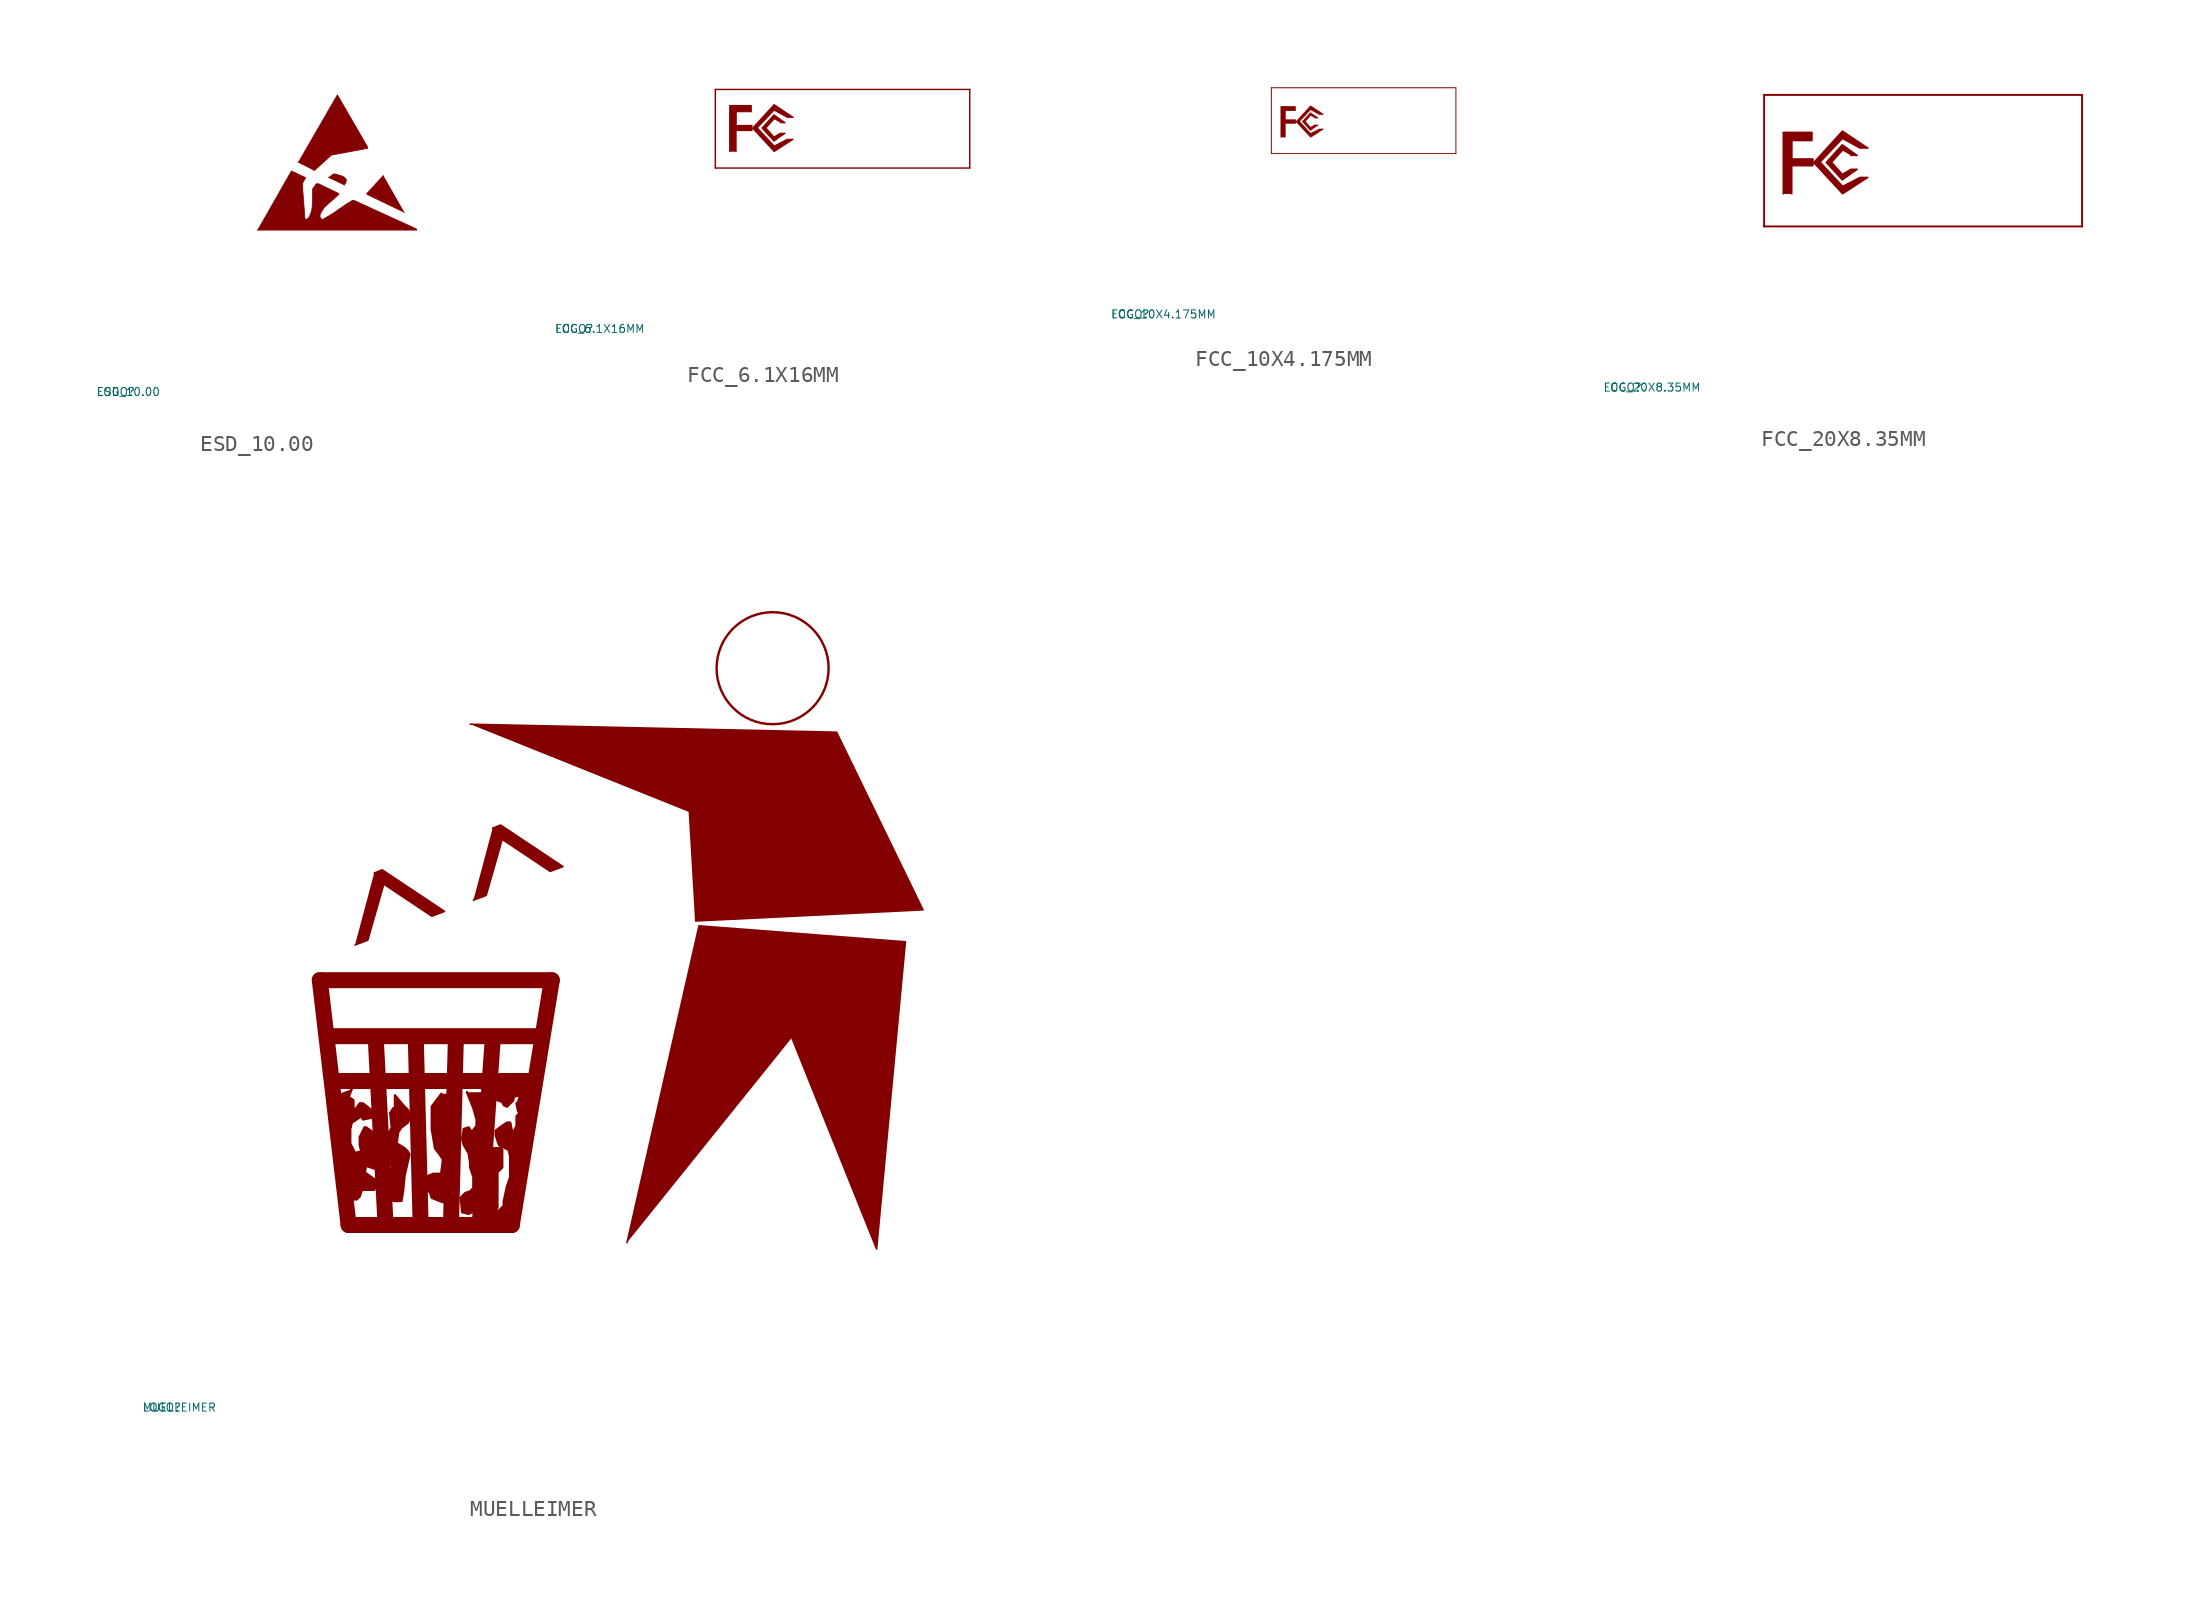
<source format=kicad_sym>
(kicad_symbol_lib
  (version 20220914)
  (generator Eagle2Kicad)
  (symbol "ESD_10.00"
    (property "Reference" "LOGO"
      (at -10 -10 0)
      (effects (font (size 0.5 0.5) (thickness 0.06)) (justify left)))
    (property "Value" "ESD_10.00"
      (at -10 -10 0)
      (effects (font (size 0.5 0.5) (thickness 0.06)) (justify left)))
    (polyline
      (pts (xy 0.094 0.094) (xy 2.216 3.818) (xy 3.111 3.394) (xy 2.97 3.159) (xy 2.923 3.064) (xy 2.923 2.687) (xy 3.064 0.801) (xy 3.159 0.801) (xy 3.3 0.896) (xy 3.394 1.084) (xy 3.489 1.367) (xy 3.536 1.791) (xy 3.536 2.687) (xy 3.771 3.017) (xy 3.913 3.017) (xy 5.186 2.404) (xy 5.186 2.357) (xy 4.29 1.556) (xy 4.101 1.273) (xy 4.007 1.084) (xy 4.007 0.943) (xy 4.054 0.849) (xy 4.101 0.801) (xy 4.196 0.801) (xy 4.526 0.99) (xy 4.903 1.226) (xy 5.233 1.461) (xy 5.657 1.744) (xy 6.034 1.98) (xy 6.128 1.98) (xy 10.041 0.189) (xy 10.041 0.094))
      (stroke (width 0.047) (type default))
      (fill (type outline)))
    (polyline
      (pts (xy 2.64 4.337) (xy 5.091 8.58) (xy 6.977 5.327) (xy 6.977 5.233) (xy 4.714 4.808) (xy 4.667 4.761) (xy 3.677 3.866) (xy 3.583 3.866))
      (stroke (width 0.047) (type default))
      (fill (type outline)))
    (polyline
      (pts (xy 4.526 3.394) (xy 4.856 3.63) (xy 4.95 3.63) (xy 5.421 3.489) (xy 5.563 3.394) (xy 5.657 3.253) (xy 5.61 3.064) (xy 5.516 2.923))
      (stroke (width 0.047) (type default))
      (fill (type outline)))
    (polyline
      (pts (xy 9.287 1.226) (xy 6.93 2.357) (xy 6.93 2.404) (xy 7.967 3.536))
      (stroke (width 0.047) (type default))
      (fill (type outline))))
  (symbol "FCC_6.1X16MM"
    (property "Reference" "LOGO"
      (at -10 -10 0)
      (effects (font (size 0.5 0.5) (thickness 0.06)) (justify left)))
    (property "Value" "FCC_6.1X16MM"
      (at -10 -10 0)
      (effects (font (size 0.5 0.5) (thickness 0.06)) (justify left)))
    (polyline
      (pts (xy 0.948 1.067) (xy 0.948 3.955) (xy 2.298 3.955) (xy 2.298 3.567) (xy 1.358 3.567) (xy 1.358 2.709) (xy 2.343 2.709) (xy 2.343 2.388) (xy 1.351 2.388) (xy 1.351 1.067))
      (stroke (width 0.068) (type default))
      (fill (type outline)))
    (polyline
      (pts (xy 4.925 3.216) (xy 4.545 3.216) (xy 3.724 3.664) (xy 2.679 2.56) (xy 3.731 1.425) (xy 4.545 1.843) (xy 4.918 1.843) (xy 3.731 1.075) (xy 2.373 2.537) (xy 3.724 4.015) (xy 4.918 3.216))
      (stroke (width 0.068) (type default))
      (fill (type outline)))
    (polyline
      (pts (xy 4.119 2.873) (xy 4.418 2.873) (xy 3.716 3.373) (xy 2.963 2.545) (xy 3.716 1.724) (xy 4.418 2.224) (xy 4.127 2.224) (xy 3.716 1.992) (xy 3.216 2.552) (xy 3.716 3.104))
      (stroke (width 0.068) (type default))
      (fill (type outline)))
    (polyline
      (pts (xy 0.052 4.959) (xy 15.955 4.959))
      (stroke (width 0.09) (type default))
      (fill (type none)))
    (polyline
      (pts (xy 15.955 4.959) (xy 15.955 0.045))
      (stroke (width 0.09) (type default))
      (fill (type none)))
    (polyline
      (pts (xy 15.955 0.045) (xy 0.052 0.045))
      (stroke (width 0.09) (type default))
      (fill (type none)))
    (polyline
      (pts (xy 0.052 0.045) (xy 0.052 4.959))
      (stroke (width 0.09) (type default))
      (fill (type none))))
  (symbol "FCC_10X4.175MM"
    (property "Reference" "LOGO"
      (at -10 -10 0)
      (effects (font (size 0.5 0.5) (thickness 0.06)) (justify left)))
    (property "Value" "FCC_10X4.175MM"
      (at -10 -10 0)
      (effects (font (size 0.5 0.5) (thickness 0.06)) (justify left)))
    (polyline
      (pts (xy 0.632 1.045) (xy 0.632 2.97) (xy 1.532 2.97) (xy 1.532 2.711) (xy 0.905 2.711) (xy 0.905 2.139) (xy 1.562 2.139) (xy 1.562 1.925) (xy 0.9 1.925) (xy 0.9 1.045))
      (stroke (width 0.045) (type default))
      (fill (type outline)))
    (polyline
      (pts (xy 3.284 2.478) (xy 3.03 2.478) (xy 2.483 2.776) (xy 1.786 2.04) (xy 2.487 1.284) (xy 3.03 1.562) (xy 3.279 1.562) (xy 2.487 1.05) (xy 1.582 2.025) (xy 2.483 3.01) (xy 3.279 2.478))
      (stroke (width 0.045) (type default))
      (fill (type outline)))
    (polyline
      (pts (xy 2.746 2.249) (xy 2.945 2.249) (xy 2.478 2.582) (xy 1.975 2.03) (xy 2.478 1.483) (xy 2.945 1.816) (xy 2.751 1.816) (xy 2.478 1.662) (xy 2.144 2.035) (xy 2.478 2.403))
      (stroke (width 0.045) (type default))
      (fill (type outline)))
    (polyline
      (pts (xy 0.035 4.139) (xy 11.557 4.139))
      (stroke (width 0.06) (type default))
      (fill (type none)))
    (polyline
      (pts (xy 11.557 4.139) (xy 11.557 0.03))
      (stroke (width 0.06) (type default))
      (fill (type none)))
    (polyline
      (pts (xy 11.557 0.03) (xy 0.035 0.03))
      (stroke (width 0.06) (type default))
      (fill (type none)))
    (polyline
      (pts (xy 0.035 0.03) (xy 0.035 4.139))
      (stroke (width 0.06) (type default))
      (fill (type none))))
  (symbol "FCC_20X8.35MM"
    (property "Reference" "LOGO"
      (at -10 -10 0)
      (effects (font (size 0.5 0.5) (thickness 0.06)) (justify left)))
    (property "Value" "FCC_20X8.35MM"
      (at -10 -10 0)
      (effects (font (size 0.5 0.5) (thickness 0.06)) (justify left)))
    (polyline
      (pts (xy 1.264 2.09) (xy 1.264 5.94) (xy 3.065 5.94) (xy 3.065 5.423) (xy 1.811 5.423) (xy 1.811 4.279) (xy 3.124 4.279) (xy 3.124 3.851) (xy 1.801 3.851) (xy 1.801 2.09))
      (stroke (width 0.09) (type default))
      (fill (type outline)))
    (polyline
      (pts (xy 6.567 4.955) (xy 6.06 4.955) (xy 4.965 5.552) (xy 3.572 4.08) (xy 4.975 2.567) (xy 6.06 3.124) (xy 6.557 3.124) (xy 4.975 2.099) (xy 3.164 4.05) (xy 4.965 6.02) (xy 6.557 4.955))
      (stroke (width 0.09) (type default))
      (fill (type outline)))
    (polyline
      (pts (xy 5.492 4.497) (xy 5.89 4.497) (xy 4.955 5.164) (xy 3.95 4.06) (xy 4.955 2.965) (xy 5.89 3.632) (xy 5.502 3.632) (xy 4.955 3.323) (xy 4.288 4.07) (xy 4.955 4.806))
      (stroke (width 0.09) (type default))
      (fill (type outline)))
    (polyline
      (pts (xy 0.07 8.278) (xy 19.94 8.278))
      (stroke (width 0.12) (type default))
      (fill (type none)))
    (polyline
      (pts (xy 19.94 8.278) (xy 19.94 0.06))
      (stroke (width 0.12) (type default))
      (fill (type none)))
    (polyline
      (pts (xy 19.94 0.06) (xy 0.07 0.06))
      (stroke (width 0.12) (type default))
      (fill (type none)))
    (polyline
      (pts (xy 0.07 0.06) (xy 0.07 8.278))
      (stroke (width 0.12) (type default))
      (fill (type none))))
  (symbol "MUELLEIMER"
    (property "Reference" "LOGO"
      (at -10 -10 0)
      (effects (font (size 0.5 0.5) (thickness 0.06)) (justify left)))
    (property "Value" "MUELLEIMER"
      (at -10 -10 0)
      (effects (font (size 0.5 0.5) (thickness 0.06)) (justify left)))
    (polyline
      (pts (xy 3.3 18.9) (xy 4.1 19.2) (xy 5.1 22.7) (xy 8.1 20.7) (xy 8.9 21) (xy 5 23.6) (xy 4.5 23.4))
      (stroke (width 0.1) (type default))
      (fill (type outline)))
    (polyline
      (pts (xy 10.7 21.7) (xy 11.5 22) (xy 12.5 25.5) (xy 15.5 23.5) (xy 16.3 23.8) (xy 12.4 26.4) (xy 11.9 26.2))
      (stroke (width 0.1) (type default))
      (fill (type outline)))
    (polyline
      (pts (xy 10.5 32.7) (xy 33.4 32.2) (xy 38.8 21.1) (xy 24.6 20.4) (xy 24.2 27.2))
      (stroke (width 0.1) (type default))
      (fill (type outline)))
    (polyline
      (pts (xy 20.3 0.3) (xy 24.8 20.1) (xy 37.7 19.1) (xy 35.9 -0.1) (xy 30.6 13.1))
      (stroke (width 0.1) (type default))
      (fill (type outline)))
    (polyline
      (pts (xy 3.1 9.9) (xy 2.9 9.4) (xy 3.2 9.2) (xy 3.2 8.7) (xy 3.3 8.6) (xy 3.6 9) (xy 3.8 9) (xy 4.3 8.6) (xy 4.3 8.1) (xy 3.8 8) (xy 3.7 8.2) (xy 3.1 7.8) (xy 3 7.4) (xy 3 6.5) (xy 3.2 6.1) (xy 3.3 5.9) (xy 3.7 6) (xy 3.6 6.4) (xy 3.6 6.9) (xy 3.9 7.5) (xy 4 7.5) (xy 4.4 7.2) (xy 4.6 4.9) (xy 4 5.1) (xy 3.9 4.7) (xy 4.3 4.4) (xy 4.6 4.2) (xy 4.6 3.9) (xy 4.5 3.6) (xy 3.7 3.6) (xy 3.7 3.5) (xy 3.6 3.2) (xy 3.4 3) (xy 3.1 3) (xy 2.9 5.6) (xy 2.3 9.3) (xy 2.3 9.6))
      (stroke (width 0) (type default))
      (fill (type outline)))
    (polyline
      (pts (xy 8.7 9.6) (xy 8.4 9.2) (xy 8.1 8.8) (xy 8.1 8.2) (xy 8.1 7.4) (xy 8.3 6.2) (xy 8.6 5.8) (xy 8.8 5.5) (xy 8.7 4.7) (xy 8.7 4.6) (xy 8.2 4.6) (xy 7.7 4.4) (xy 7.7 3.8) (xy 8 3.4) (xy 8.1 3.1) (xy 8.6 2.9) (xy 8.9 2.8) (xy 9.1 4.1) (xy 9 6.5) (xy 9.1 9.6))
      (stroke (width 0) (type default))
      (fill (type outline)))
    (polyline
      (pts (xy 10.3 9.7) (xy 10.7 8.7) (xy 10.9 8) (xy 10.9 7.6) (xy 10.6 7.2) (xy 10.4 7.5) (xy 10.1 7.4) (xy 10 6.8) (xy 10.1 6.4) (xy 10.4 5.9) (xy 10.5 5.3) (xy 10.5 5) (xy 10.7 4.4) (xy 10.7 3.7) (xy 10.5 3.5) (xy 10.2 3.4) (xy 9.9 3.1) (xy 10 2.3) (xy 10 2.2) (xy 10.4 2.1) (xy 10.8 2.3) (xy 11.3 9.7))
      (stroke (width 0) (type default))
      (fill (type outline)))
    (polyline
      (pts (xy 12.2 9.7) (xy 12.2 9.2) (xy 12.5 9.1) (xy 12.6 8.9) (xy 12.8 8.8) (xy 13.2 9.2) (xy 13.2 9.4) (xy 13.5 9.5) (xy 13.6 9.4) (xy 13.5 9.1) (xy 13.4 9) (xy 13.5 8.5) (xy 13.6 8.4) (xy 13.4 8.2) (xy 13.4 7.9) (xy 13.4 7.6) (xy 13.2 7.2) (xy 13.1 7.2) (xy 13.1 7.3) (xy 13 7.8) (xy 12.8 7.8) (xy 12.5 7.6) (xy 12.1 7.3) (xy 12.1 7) (xy 12.2 6.7) (xy 12.3 6.4) (xy 12.7 6.2) (xy 12.9 6.1) (xy 13 5.7) (xy 13 5.2) (xy 13 4.9) (xy 13 4.4) (xy 12.8 3.8) (xy 12.6 2.9) (xy 12.6 2.6) (xy 12.3 2.3) (xy 12.2 2.3) (xy 12.1 2.4) (xy 12.2 2.5) (xy 12.2 3.5) (xy 12.2 4) (xy 12.2 4.7) (xy 12.5 5) (xy 12.5 5.5) (xy 12.5 6.1) (xy 12.4 6.2) (xy 12 6.2) (xy 11.8 6) (xy 11.8 5.7) (xy 11.5 5.4) (xy 11.5 2.3) (xy 11.5 1.9) (xy 11.6 1.8) (xy 12.8 1.8) (xy 14.2 9.9) (xy 12 10))
      (stroke (width 0) (type default))
      (fill (type outline)))
    (polyline
      (pts (xy 5.7 8.7) (xy 5.5 8.4) (xy 5.6 7.5) (xy 5.2 6.7) (xy 5.4 6.1) (xy 5.6 5) (xy 5.4 3.9) (xy 5.5 3.7) (xy 5.7 2.9) (xy 6.2 2.9) (xy 6.3 3.5) (xy 6.4 4.5) (xy 6.7 5.8) (xy 6.6 6) (xy 6.4 6.2) (xy 5.9 6.5) (xy 6 7.2) (xy 6.2 7.5) (xy 6.6 7.8) (xy 6.8 8.2) (xy 6.6 8.6) (xy 6.3 8.9) (xy 5.8 9.5) (xy 5.8 9.2) (xy 5.8 8.7))
      (stroke (width 0) (type default))
      (fill (type outline)))
    (polyline
      (pts (xy 2.9 1.4) (xy 1.1 16.7))
      (stroke (width 1) (type default))
      (fill (type none)))
    (polyline
      (pts (xy 1.1 16.7) (xy 15.6 16.7))
      (stroke (width 1) (type default))
      (fill (type none)))
    (polyline
      (pts (xy 15.6 16.7) (xy 13.1 1.4))
      (stroke (width 1) (type default))
      (fill (type none)))
    (polyline
      (pts (xy 13.1 1.4) (xy 2.9 1.4))
      (stroke (width 1) (type default))
      (fill (type none)))
    (polyline
      (pts (xy 1.9 13.2) (xy 14.6 13.2))
      (stroke (width 1) (type default))
      (fill (type none)))
    (polyline
      (pts (xy 2.2 10.4) (xy 14.2 10.4))
      (stroke (width 1) (type default))
      (fill (type none)))
    (polyline
      (pts (xy 5.2 1.6) (xy 4.6 13))
      (stroke (width 1) (type default))
      (fill (type none)))
    (polyline
      (pts (xy 7.4 1.5) (xy 7.1 13))
      (stroke (width 1) (type default))
      (fill (type none)))
    (polyline
      (pts (xy 9.3 1.5) (xy 9.6 12.9))
      (stroke (width 1) (type default))
      (fill (type none)))
    (polyline
      (pts (xy 11.1 1.5) (xy 11.9 12.9))
      (stroke (width 1) (type default))
      (fill (type none)))
    (circle
      (center 29.4 36.2)
      (radius 3.5)
      (stroke (width 0) (type default))
      (fill (type none)))))
</source>
